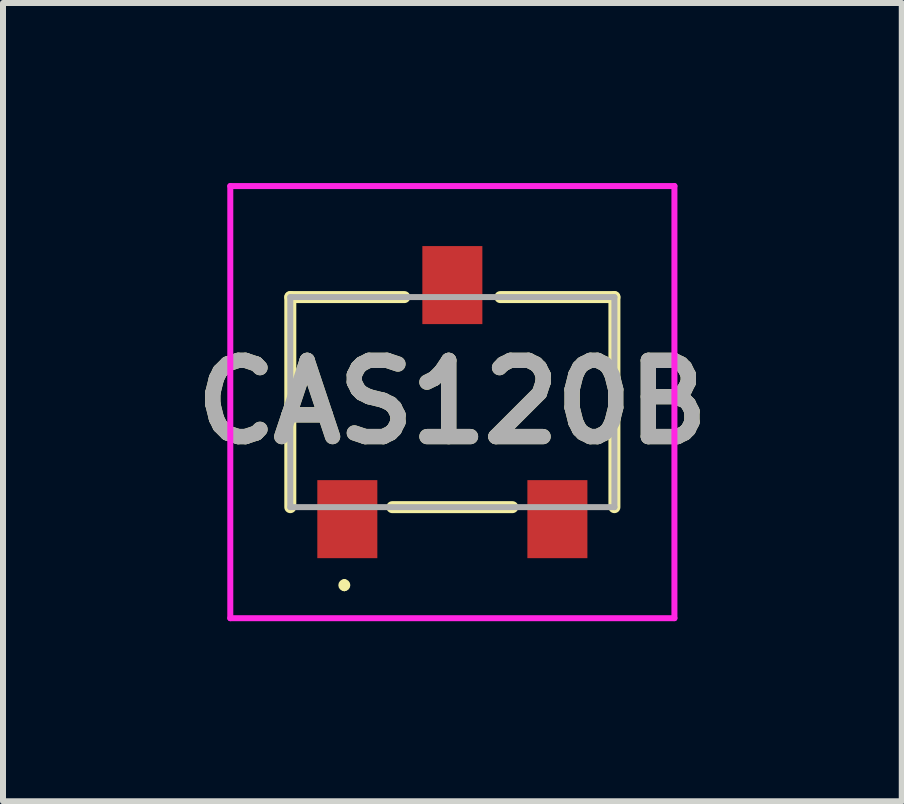
<source format=kicad_pcb>
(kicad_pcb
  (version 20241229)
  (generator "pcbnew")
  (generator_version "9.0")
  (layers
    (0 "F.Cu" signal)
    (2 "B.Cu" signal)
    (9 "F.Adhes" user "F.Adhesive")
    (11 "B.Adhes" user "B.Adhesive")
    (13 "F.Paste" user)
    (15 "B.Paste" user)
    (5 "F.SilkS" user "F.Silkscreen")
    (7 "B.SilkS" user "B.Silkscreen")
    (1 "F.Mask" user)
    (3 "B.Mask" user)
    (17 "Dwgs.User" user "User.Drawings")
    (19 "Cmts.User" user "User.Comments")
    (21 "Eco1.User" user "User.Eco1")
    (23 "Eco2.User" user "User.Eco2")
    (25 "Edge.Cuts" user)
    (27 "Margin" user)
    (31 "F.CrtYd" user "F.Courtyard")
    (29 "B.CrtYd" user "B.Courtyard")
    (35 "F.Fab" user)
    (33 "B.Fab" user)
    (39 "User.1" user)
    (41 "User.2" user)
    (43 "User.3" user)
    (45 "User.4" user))
  (footprint "CAS120B"
    (layer "F.Cu")
    (at 4.487 3.65)
    (property "Reference" "CAS120B" (at 0 0 0) (layer "F.SilkS") (effects (font (size 1.27 1.27) (thickness 0.254))))
    (attr smd)
    (fp_line (start -2.7 -1.75) (end -2.7 1.75) (stroke (width 0.2) (type solid)) (layer "F.SilkS"))
    (fp_line (start -1.8 3) (end -1.8 3) (stroke (width 0.1) (type solid)) (layer "F.SilkS"))
    (fp_line (start -1.8 3.1) (end -1.8 3.1) (stroke (width 0.1) (type solid)) (layer "F.SilkS"))
    (fp_line (start -1 1.75) (end 1 1.75) (stroke (width 0.2) (type solid)) (layer "F.SilkS"))
    (fp_line (start -0.8 -1.75) (end -2.7 -1.75) (stroke (width 0.2) (type solid)) (layer "F.SilkS"))
    (fp_line (start 0.8 -1.75) (end 2.7 -1.75) (stroke (width 0.2) (type solid)) (layer "F.SilkS"))
    (fp_line (start 2.7 -1.75) (end 2.7 1.75) (stroke (width 0.2) (type solid)) (layer "F.SilkS"))
    (fp_arc (start -1.8 3) (mid -1.75 3.05) (end -1.8 3.1) (stroke (width 0.1) (type solid)) (layer "F.SilkS"))
    (fp_arc (start -1.8 3.1) (mid -1.85 3.05) (end -1.8 3) (stroke (width 0.1) (type solid)) (layer "F.SilkS"))
    (fp_line (start -3.7 -3.6) (end 3.7 -3.6) (stroke (width 0.1) (type solid)) (layer "F.CrtYd"))
    (fp_line (start -3.7 3.6) (end -3.7 -3.6) (stroke (width 0.1) (type solid)) (layer "F.CrtYd"))
    (fp_line (start 3.7 -3.6) (end 3.7 3.6) (stroke (width 0.1) (type solid)) (layer "F.CrtYd"))
    (fp_line (start 3.7 3.6) (end -3.7 3.6) (stroke (width 0.1) (type solid)) (layer "F.CrtYd"))
    (fp_line (start -2.7 -1.75) (end 2.7 -1.75) (stroke (width 0.1) (type solid)) (layer "F.Fab"))
    (fp_line (start -2.7 1.75) (end -2.7 -1.75) (stroke (width 0.1) (type solid)) (layer "F.Fab"))
    (fp_line (start 2.7 -1.75) (end 2.7 1.75) (stroke (width 0.1) (type solid)) (layer "F.Fab"))
    (fp_line (start 2.7 1.75) (end -2.7 1.75) (stroke (width 0.1) (type solid)) (layer "F.Fab"))
    (fp_text user "${REFERENCE}" (at 0 0 0) (layer "F.Fab") (effects (font (size 1.27 1.27) (thickness 0.254))))
    (pad "1" smd rect (at -1.75 1.95) (size 1 1.3) (layers "F.Cu" "F.Mask" "F.Paste"))
    (pad "2" smd rect (at 0 -1.95) (size 1 1.3) (layers "F.Cu" "F.Mask" "F.Paste"))
    (pad "3" smd rect (at 1.75 1.95) (size 1 1.3) (layers "F.Cu" "F.Mask" "F.Paste")))
  (gr_rect
    (start -3 -3)
    (end 11.975 10.3)
    (stroke (width 0.1) (type default))
    (fill no)
    (layer "Edge.Cuts")))
</source>
